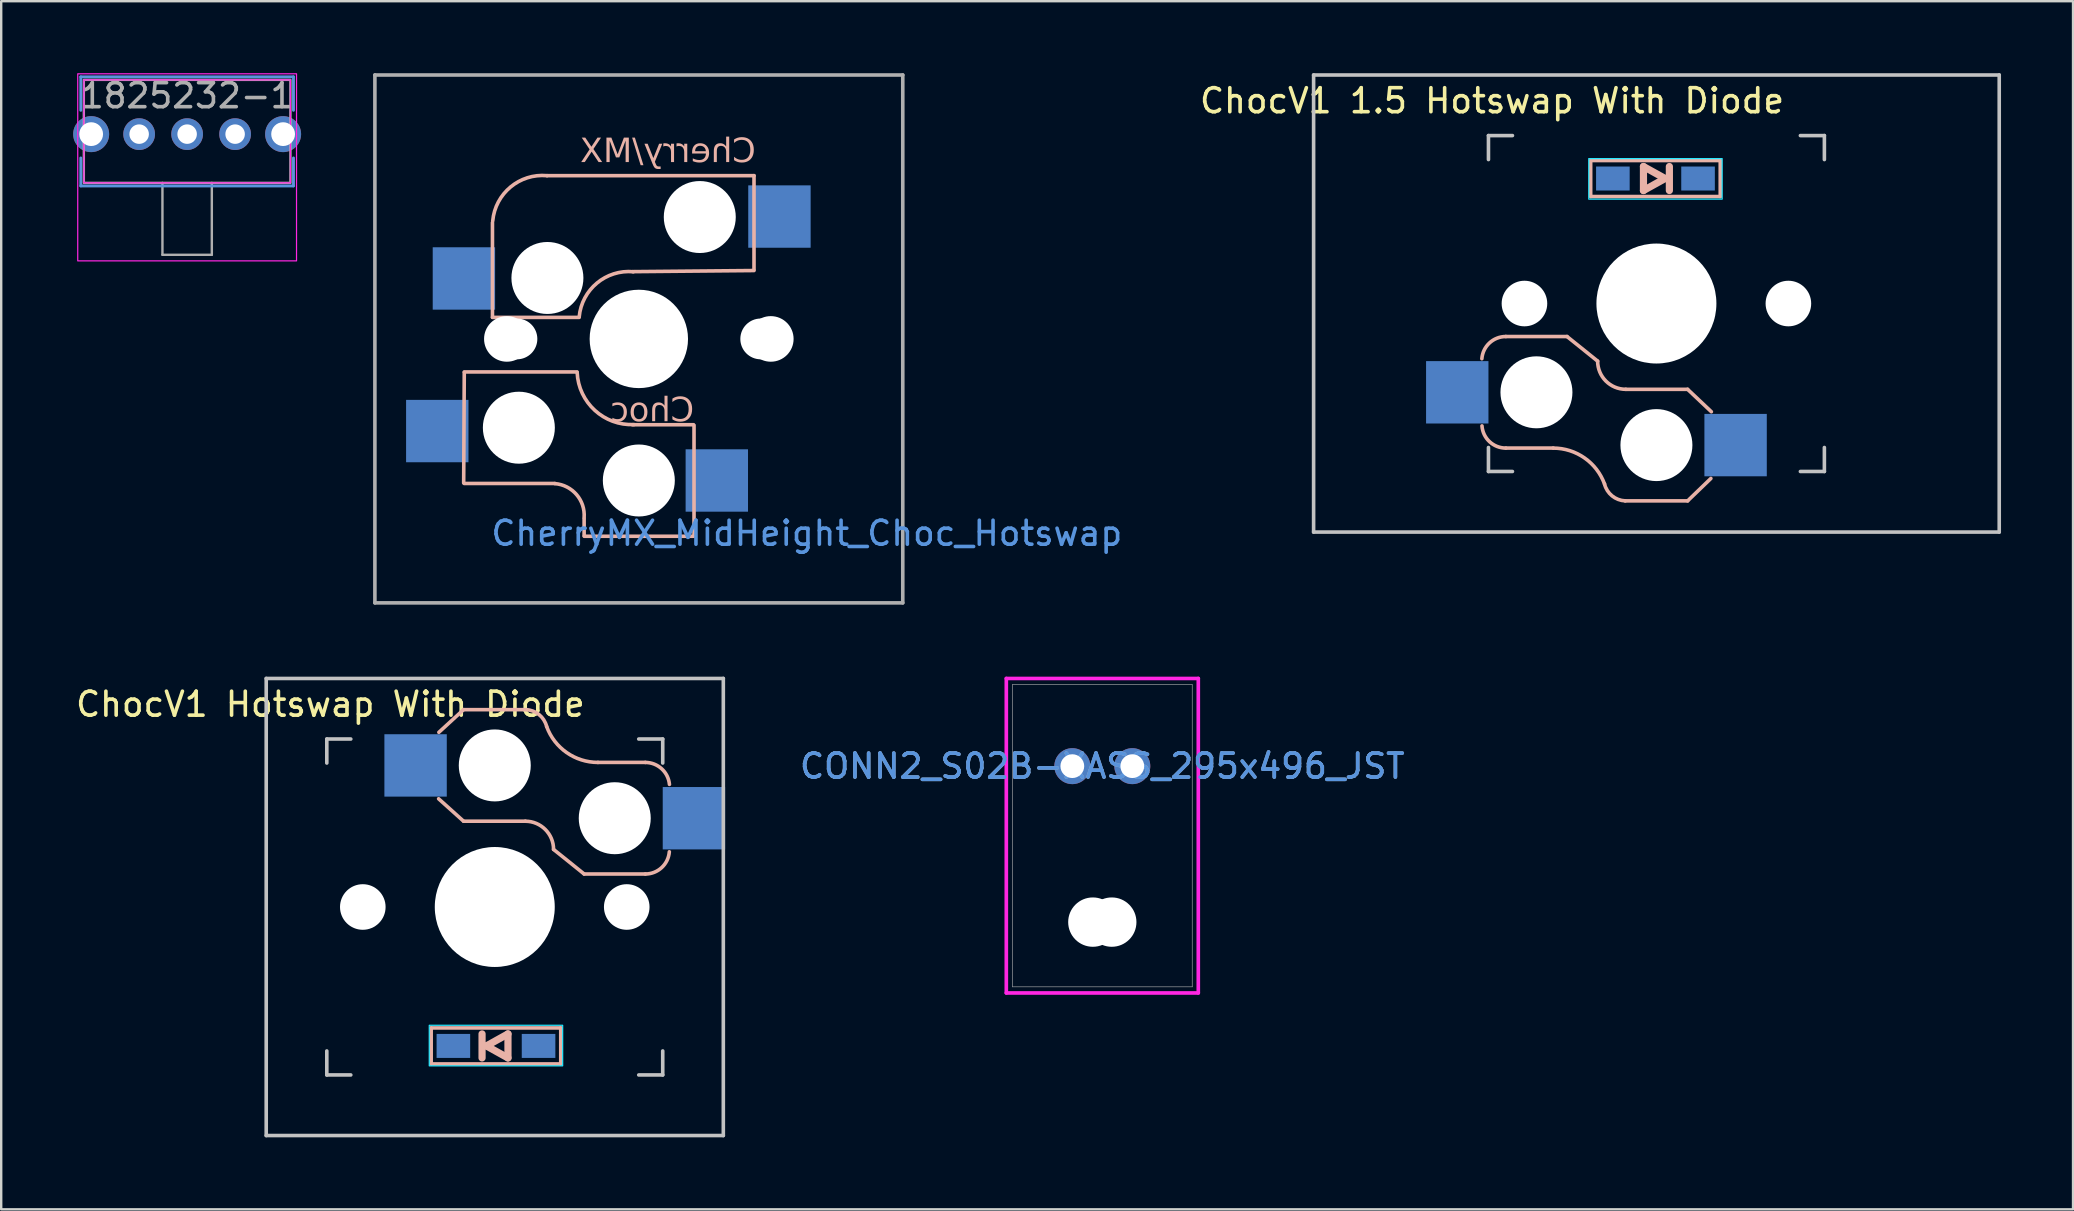
<source format=kicad_pcb>
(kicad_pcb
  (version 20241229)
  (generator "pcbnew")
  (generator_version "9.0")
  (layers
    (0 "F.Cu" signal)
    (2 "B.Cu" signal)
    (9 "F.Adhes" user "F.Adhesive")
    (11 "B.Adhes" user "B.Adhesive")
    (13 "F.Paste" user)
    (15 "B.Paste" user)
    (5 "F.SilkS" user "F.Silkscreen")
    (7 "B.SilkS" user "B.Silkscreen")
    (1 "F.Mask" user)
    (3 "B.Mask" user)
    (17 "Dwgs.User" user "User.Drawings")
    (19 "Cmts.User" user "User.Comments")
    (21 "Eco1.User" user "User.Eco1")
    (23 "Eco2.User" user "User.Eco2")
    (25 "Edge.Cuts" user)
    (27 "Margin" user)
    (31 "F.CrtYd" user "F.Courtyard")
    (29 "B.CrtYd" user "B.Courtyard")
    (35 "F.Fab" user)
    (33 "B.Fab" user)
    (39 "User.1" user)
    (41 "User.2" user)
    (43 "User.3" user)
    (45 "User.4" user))
  (footprint "ChocV1 Hotswap With Diode"
    (layer "F.Cu")
    (at 17.57 34.75)
    (property "Reference" "ChocV1 Hotswap With Diode" (at -6.85 -8.45 0) (layer "F.SilkS") (effects (font (size 1 1) (thickness 0.15))))
    (attr smd)
    (fp_line (start -2.65 5.04) (end -2.65 6.54) (stroke (width 0.15) (type solid)) (layer "B.SilkS"))
    (fp_line (start -2.65 6.54) (end 2.75 6.54) (stroke (width 0.15) (type solid)) (layer "B.SilkS"))
    (fp_line (start -1.3 -8.225) (end -2.33 -7.28) (stroke (width 0.15) (type solid)) (layer "B.SilkS"))
    (fp_line (start -1.3 -8.225) (end 1.3 -8.225) (stroke (width 0.15) (type solid)) (layer "B.SilkS"))
    (fp_line (start -1.3 -3.575) (end -2.34 -4.51) (stroke (width 0.15) (type solid)) (layer "B.SilkS"))
    (fp_line (start -1.3 -3.575) (end 1.275 -3.575) (stroke (width 0.15) (type solid)) (layer "B.SilkS"))
    (fp_line (start -0.53 5.29) (end -0.53 6.29) (stroke (width 0.3) (type solid)) (layer "B.SilkS"))
    (fp_line (start -0.35 5.79) (end 0.55 5.29) (stroke (width 0.3) (type solid)) (layer "B.SilkS"))
    (fp_line (start 0.55 5.29) (end 0.55 6.29) (stroke (width 0.3) (type solid)) (layer "B.SilkS"))
    (fp_line (start 0.55 6.29) (end -0.35 5.79) (stroke (width 0.3) (type solid)) (layer "B.SilkS"))
    (fp_line (start 2.75 5.04) (end -2.65 5.04) (stroke (width 0.15) (type solid)) (layer "B.SilkS"))
    (fp_line (start 2.75 5.04) (end 2.75 6.54) (stroke (width 0.15) (type solid)) (layer "B.SilkS"))
    (fp_line (start 3.725 -1.375) (end 2.45 -2.4) (stroke (width 0.15) (type solid)) (layer "B.SilkS"))
    (fp_line (start 3.725 -1.375) (end 6.275 -1.375) (stroke (width 0.15) (type solid)) (layer "B.SilkS"))
    (fp_line (start 4.3 -6.025) (end 6.275 -6.025) (stroke (width 0.15) (type solid)) (layer "B.SilkS"))
    (fp_arc (start 1.275 -3.575) (mid 2.10585 -3.23085) (end 2.45 -2.4) (stroke (width 0.15) (type solid)) (layer "B.SilkS"))
    (fp_arc (start 1.300995 -8.223791) (mid 1.848286 -8.016021) (end 2.162199 -7.521904) (stroke (width 0.15) (type solid)) (layer "B.SilkS"))
    (fp_arc (start 4.3 -6.025) (mid 2.995114 -6.436429) (end 2.162199 -7.521904) (stroke (width 0.15) (type solid)) (layer "B.SilkS"))
    (fp_arc (start 6.275 -6.025) (mid 6.954318 -5.76171) (end 7.28 -5.11) (stroke (width 0.15) (type solid)) (layer "B.SilkS"))
    (fp_arc (start 7.275 -2.3) (mid 6.956107 -1.641709) (end 6.275 -1.375) (stroke (width 0.15) (type solid)) (layer "B.SilkS"))
    (fp_line (start -9.525 -9.525) (end 9.525 -9.525) (stroke (width 0.15) (type solid)) (layer "Dwgs.User"))
    (fp_line (start -9.525 9.525) (end -9.525 -9.525) (stroke (width 0.15) (type solid)) (layer "Dwgs.User"))
    (fp_line (start -7 -7) (end -7 -6) (stroke (width 0.15) (type solid)) (layer "Dwgs.User"))
    (fp_line (start -7 6) (end -7 7) (stroke (width 0.15) (type solid)) (layer "Dwgs.User"))
    (fp_line (start -7 7) (end -6 7) (stroke (width 0.15) (type solid)) (layer "Dwgs.User"))
    (fp_line (start -6 -7) (end -7 -7) (stroke (width 0.15) (type solid)) (layer "Dwgs.User"))
    (fp_line (start 6 -7) (end 7 -7) (stroke (width 0.15) (type solid)) (layer "Dwgs.User"))
    (fp_line (start 7 -7) (end 7 -6) (stroke (width 0.15) (type solid)) (layer "Dwgs.User"))
    (fp_line (start 7 6) (end 7 7) (stroke (width 0.15) (type solid)) (layer "Dwgs.User"))
    (fp_line (start 7 7) (end 6 7) (stroke (width 0.15) (type solid)) (layer "Dwgs.User"))
    (fp_line (start 9.525 -9.525) (end 9.525 9.525) (stroke (width 0.15) (type solid)) (layer "Dwgs.User"))
    (fp_line (start 9.525 9.525) (end -9.525 9.525) (stroke (width 0.15) (type solid)) (layer "Dwgs.User"))
    (fp_rect (start -2.73 4.93) (end 2.83 6.62) (stroke (width 0.05) (type solid)) (fill no) (layer "B.CrtYd"))
    (pad "" np_thru_hole circle (at -5.5 0 270) (size 1.9 1.9) (drill 1.9) (layers "*.Cu" "*.Mask"))
    (pad "" np_thru_hole circle (at 0 -5.9 270) (size 3 3) (drill 3) (layers "*.Cu" "*.Mask"))
    (pad "" np_thru_hole circle (at 0 0 270) (size 5 5) (drill 5) (layers "*.Cu" "*.Mask"))
    (pad "" np_thru_hole circle (at 5 -3.7 270) (size 3 3) (drill 3) (layers "*.Cu" "*.Mask"))
    (pad "" np_thru_hole circle (at 5.5 0 270) (size 1.9 1.9) (drill 1.9) (layers "*.Cu" "*.Mask"))
    (pad "1" smd rect (at -3.3 -5.9) (size 2.6 2.6) (layers "B.Cu" "B.Mask" "B.Paste"))
    (pad "2" smd rect (at 1.825 5.79 180) (size 1.4 1) (layers "B.Cu" "B.Mask" "B.Paste"))
    (pad "2" smd rect (at 8.3 -3.7) (size 2.6 2.6) (layers "B.Cu" "B.Mask" "B.Paste"))
    (pad "3" smd rect (at -1.725 5.79 180) (size 1.4 1) (layers "B.Cu" "B.Mask" "B.Paste")))
  (footprint "1825232-1"
    (layer "F.Cu")
    (at 2.749 2.54)
    (property "Reference" "1825232-1" (at 2 -1.6 0) (layer "F.Fab") (effects (font (size 1 1) (thickness 0.15))))
    (attr through_hole)
    (fp_line (start -2.432 -2.388) (end -2.432 -0.992) (stroke (width 0.12) (type solid)) (layer "Cmts.User"))
    (fp_line (start -2.432 0.992) (end -2.432 2.159) (stroke (width 0.12) (type solid)) (layer "Cmts.User"))
    (fp_line (start -2.432 2.159) (end 6.432 2.159) (stroke (width 0.12) (type solid)) (layer "Cmts.User"))
    (fp_line (start 6.432 -2.388) (end -2.432 -2.388) (stroke (width 0.12) (type solid)) (layer "Cmts.User"))
    (fp_line (start 6.432 -0.992) (end 6.432 -2.388) (stroke (width 0.12) (type solid)) (layer "Cmts.User"))
    (fp_line (start 6.432 2.159) (end 6.432 0.992) (stroke (width 0.12) (type solid)) (layer "Cmts.User"))
    (fp_rect (start -2.559 -2.515) (end 6.559 5.283) (stroke (width 0.05) (type solid)) (fill no) (layer "F.CrtYd"))
    (fp_rect (start -2.305 -2.261) (end 6.305 2.032) (stroke (width 0.05) (type solid)) (fill no) (layer "F.CrtYd"))
    (fp_line (start 0.971 2.032) (end 0.971 5.029) (stroke (width 0.1) (type solid)) (layer "F.Fab"))
    (fp_line (start 0.971 5.029) (end 3.029 5.029) (stroke (width 0.1) (type solid)) (layer "F.Fab"))
    (fp_line (start 3.029 2.032) (end 3.029 5.029) (stroke (width 0.1) (type solid)) (layer "F.Fab"))
    (fp_rect (start -2.305 -2.261) (end 6.305 2.032) (stroke (width 0.1) (type solid)) (fill no) (layer "F.Fab"))
    (pad "1" thru_hole circle (at -0.000001 0) (size 1.321 1.321) (drill 0.813) (layers "*.Cu" "B.Mask"))
    (pad "2" thru_hole circle (at 2 0) (size 1.321 1.321) (drill 0.813) (layers "*.Cu" "B.Mask"))
    (pad "3" thru_hole circle (at 4 0) (size 1.321 1.321) (drill 0.813) (layers "*.Cu" "B.Mask"))
    (pad "4" thru_hole circle (at -2 0) (size 1.499 1.499) (drill 0.991) (layers "*.Cu" "B.Mask"))
    (pad "5" thru_hole circle (at 6 0) (size 1.499 1.499) (drill 0.991) (layers "*.Cu" "B.Mask")))
  (footprint "CherryMX_MidHeight_Choc_Hotswap"
    (layer "F.Cu")
    (at 23.574 11.075)
    (property "Reference" "CherryMX_MidHeight_Choc_Hotswap" (at 7 8.1 0) (layer "Cmts.User") (effects (font (size 1 1) (thickness 0.15))))
    (attr smd)
    (fp_line (start -7.275 1.4) (end -7.3 6) (stroke (width 0.15) (type solid)) (layer "B.SilkS"))
    (fp_line (start -6.1 -4.85) (end -6.1 -0.905) (stroke (width 0.15) (type solid)) (layer "B.SilkS"))
    (fp_line (start -6.1 -0.896) (end -2.49 -0.896) (stroke (width 0.15) (type solid)) (layer "B.SilkS"))
    (fp_line (start -3.5 6.025) (end -7.275 6.025) (stroke (width 0.15) (type solid)) (layer "B.SilkS"))
    (fp_line (start -2.575 1.375) (end -7.275 1.375) (stroke (width 0.15) (type solid)) (layer "B.SilkS"))
    (fp_line (start -2.28 7.5) (end -2.28 8.2) (stroke (width 0.15) (type solid)) (layer "B.SilkS"))
    (fp_line (start 2.275 3.575) (end -0.275 3.575) (stroke (width 0.15) (type solid)) (layer "B.SilkS"))
    (fp_line (start 2.275 8.225) (end -2.275 8.225) (stroke (width 0.15) (type solid)) (layer "B.SilkS"))
    (fp_line (start 2.3 3.6) (end 2.3 8.2) (stroke (width 0.15) (type solid)) (layer "B.SilkS"))
    (fp_line (start 4.8 -6.804) (end -3.825 -6.804) (stroke (width 0.15) (type solid)) (layer "B.SilkS"))
    (fp_line (start 4.8 -2.896) (end 4.8 -6.804) (stroke (width 0.15) (type solid)) (layer "B.SilkS"))
    (fp_line (start 4.8 -2.85) (end -0.25 -2.804) (stroke (width 0.15) (type solid)) (layer "B.SilkS"))
    (fp_arc (start -6.089 -4.92) (mid -5.347189 -6.33089) (end -3.825 -6.804) (stroke (width 0.15) (type solid)) (layer "B.SilkS"))
    (fp_arc (start -3.5 6.03) (mid -2.595908 6.48733) (end -2.28 7.45) (stroke (width 0.15) (type solid)) (layer "B.SilkS"))
    (fp_arc (start -2.485 -0.92) (mid -1.744361 -2.328061) (end -0.225 -2.8) (stroke (width 0.15) (type solid)) (layer "B.SilkS"))
    (fp_arc (start -0.2 3.57) (mid -1.834422 2.975843) (end -2.57 1.4) (stroke (width 0.15) (type solid)) (layer "B.SilkS"))
    (fp_line (start -9 -9) (end 9 -9) (stroke (width 0.15) (type solid)) (layer "Eco2.User"))
    (fp_line (start -9 9) (end -9 -9) (stroke (width 0.15) (type solid)) (layer "Eco2.User"))
    (fp_line (start -7 -7) (end 7 -7) (stroke (width 0.15) (type solid)) (layer "Eco2.User"))
    (fp_line (start -7 7) (end -7 -7) (stroke (width 0.15) (type solid)) (layer "Eco2.User"))
    (fp_line (start 7 -7) (end 7 7) (stroke (width 0.15) (type solid)) (layer "Eco2.User"))
    (fp_line (start 7 7) (end -7 7) (stroke (width 0.15) (type solid)) (layer "Eco2.User"))
    (fp_line (start 9 -9) (end 9 9) (stroke (width 0.15) (type solid)) (layer "Eco2.User"))
    (fp_line (start 9 9) (end -9 9) (stroke (width 0.15) (type solid)) (layer "Eco2.User"))
    (fp_line (start -11 -11) (end -11 11) (stroke (width 0.15) (type solid)) (layer "F.Fab"))
    (fp_line (start -11 11) (end 11 11) (stroke (width 0.15) (type solid)) (layer "F.Fab"))
    (fp_line (start 11 -11) (end -11 -11) (stroke (width 0.15) (type solid)) (layer "F.Fab"))
    (fp_line (start 11 11) (end 11 -11) (stroke (width 0.15) (type solid)) (layer "F.Fab"))
    (fp_text user "Choc" (at 2.3 3.6 0) (unlocked yes) (layer "B.SilkS") (effects (font (face "Atkinson Hyperlegible") (size 1 1) (thickness 0.15)) (justify left bottom mirror)))
    (fp_text user "Cherry/MX" (at 4.87 -7.2 0) (unlocked yes) (layer "B.SilkS") (effects (font (face "Atkinson Hyperlegible") (size 1 1) (thickness 0.15)) (justify left bottom mirror)))
    (pad "" np_thru_hole circle (at -5.5 0 90) (size 1.9 1.9) (drill 1.9) (layers "*.Cu" "*.Mask"))
    (pad "" np_thru_hole circle (at -5.08 0) (size 1.7 1.7) (drill 1.7) (layers "*.Cu" "*.Mask"))
    (pad "" np_thru_hole circle (at -5 3.7 90) (size 3 3) (drill 3) (layers "*.Cu" "*.Mask"))
    (pad "" np_thru_hole circle (at -3.81 -2.54 180) (size 3 3) (drill 3) (layers "*.Cu" "*.Mask"))
    (pad "" np_thru_hole circle (at 0 0 90) (size 4.1 4.1) (drill 4.1) (layers "*.Cu" "*.Mask"))
    (pad "" np_thru_hole circle (at 0 5.9 90) (size 3 3) (drill 3) (layers "*.Cu" "*.Mask"))
    (pad "" np_thru_hole circle (at 2.54 -5.08 180) (size 3 3) (drill 3) (layers "*.Cu" "*.Mask"))
    (pad "" np_thru_hole circle (at 5.08 0) (size 1.7 1.7) (drill 1.7) (layers "*.Cu" "*.Mask"))
    (pad "" np_thru_hole circle (at 5.5 0 90) (size 1.9 1.9) (drill 1.9) (layers "*.Cu" "*.Mask"))
    (pad "1" smd rect (at -8.4 3.84 180) (size 2.6 2.6) (layers "B.Cu" "B.Mask" "B.Paste"))
    (pad "1" smd rect (at -7.29 -2.52 180) (size 2.6 2.6) (layers "B.Cu" "B.Mask" "B.Paste"))
    (pad "2" smd rect (at 3.25 5.9 180) (size 2.6 2.6) (layers "B.Cu" "B.Mask" "B.Paste"))
    (pad "2" smd rect (at 5.86 -5.1 180) (size 2.6 2.6) (layers "B.Cu" "B.Mask" "B.Paste")))
  (footprint "ChocV1 1.5 Hotswap With Diode"
    (layer "F.Cu")
    (at 65.983 9.6)
    (property "Reference" "ChocV1 1.5 Hotswap With Diode" (at -6.85 -8.45 0) (layer "F.SilkS") (effects (font (size 1 1) (thickness 0.15))))
    (attr smd)
    (fp_line (start -4.3 6.025) (end -6.275 6.025) (stroke (width 0.15) (type solid)) (layer "B.SilkS"))
    (fp_line (start -3.725 1.375) (end -6.275 1.375) (stroke (width 0.15) (type solid)) (layer "B.SilkS"))
    (fp_line (start -3.725 1.375) (end -2.45 2.4) (stroke (width 0.15) (type solid)) (layer "B.SilkS"))
    (fp_line (start -2.74 -4.46) (end -2.74 -5.96) (stroke (width 0.15) (type solid)) (layer "B.SilkS"))
    (fp_line (start -2.74 -4.46) (end 2.66 -4.46) (stroke (width 0.15) (type solid)) (layer "B.SilkS"))
    (fp_line (start -0.54 -5.71) (end 0.36 -5.21) (stroke (width 0.3) (type solid)) (layer "B.SilkS"))
    (fp_line (start -0.54 -4.71) (end -0.54 -5.71) (stroke (width 0.3) (type solid)) (layer "B.SilkS"))
    (fp_line (start 0.36 -5.21) (end -0.54 -4.71) (stroke (width 0.3) (type solid)) (layer "B.SilkS"))
    (fp_line (start 0.54 -4.71) (end 0.54 -5.71) (stroke (width 0.3) (type solid)) (layer "B.SilkS"))
    (fp_line (start 1.3 3.575) (end -1.275 3.575) (stroke (width 0.15) (type solid)) (layer "B.SilkS"))
    (fp_line (start 1.3 3.575) (end 2.29 4.51) (stroke (width 0.15) (type solid)) (layer "B.SilkS"))
    (fp_line (start 1.3 8.225) (end -1.3 8.225) (stroke (width 0.15) (type solid)) (layer "B.SilkS"))
    (fp_line (start 1.3 8.225) (end 2.27 7.29) (stroke (width 0.15) (type solid)) (layer "B.SilkS"))
    (fp_line (start 2.66 -5.96) (end -2.74 -5.96) (stroke (width 0.15) (type solid)) (layer "B.SilkS"))
    (fp_line (start 2.66 -4.46) (end 2.66 -5.96) (stroke (width 0.15) (type solid)) (layer "B.SilkS"))
    (fp_arc (start -7.275 2.3) (mid -6.956107 1.641709) (end -6.275 1.375) (stroke (width 0.15) (type solid)) (layer "B.SilkS"))
    (fp_arc (start -6.275 6.025) (mid -6.954273 5.758029) (end -7.27 5.1) (stroke (width 0.15) (type solid)) (layer "B.SilkS"))
    (fp_arc (start -4.3 6.025) (mid -2.995114 6.436429) (end -2.162199 7.521904) (stroke (width 0.15) (type solid)) (layer "B.SilkS"))
    (fp_arc (start -1.300995 8.223791) (mid -1.848284 8.01602) (end -2.162199 7.521904) (stroke (width 0.15) (type solid)) (layer "B.SilkS"))
    (fp_arc (start -1.275 3.575) (mid -2.10585 3.23085) (end -2.45 2.4) (stroke (width 0.15) (type solid)) (layer "B.SilkS"))
    (fp_line (start -14.287 -9.525) (end 14.287 -9.525) (stroke (width 0.15) (type solid)) (layer "Dwgs.User"))
    (fp_line (start -14.287 9.525) (end -14.287 -9.525) (stroke (width 0.15) (type solid)) (layer "Dwgs.User"))
    (fp_line (start -7 -7) (end -6 -7) (stroke (width 0.15) (type solid)) (layer "Dwgs.User"))
    (fp_line (start -7 -6) (end -7 -7) (stroke (width 0.15) (type solid)) (layer "Dwgs.User"))
    (fp_line (start -7 7) (end -7 6) (stroke (width 0.15) (type solid)) (layer "Dwgs.User"))
    (fp_line (start -6 7) (end -7 7) (stroke (width 0.15) (type solid)) (layer "Dwgs.User"))
    (fp_line (start 6 7) (end 7 7) (stroke (width 0.15) (type solid)) (layer "Dwgs.User"))
    (fp_line (start 7 -7) (end 6 -7) (stroke (width 0.15) (type solid)) (layer "Dwgs.User"))
    (fp_line (start 7 -6) (end 7 -7) (stroke (width 0.15) (type solid)) (layer "Dwgs.User"))
    (fp_line (start 7 7) (end 7 6) (stroke (width 0.15) (type solid)) (layer "Dwgs.User"))
    (fp_line (start 14.287 -9.525) (end 14.287 9.525) (stroke (width 0.15) (type solid)) (layer "Dwgs.User"))
    (fp_line (start 14.287 9.525) (end -14.287 9.525) (stroke (width 0.15) (type solid)) (layer "Dwgs.User"))
    (fp_rect (start 2.74 -4.35) (end -2.82 -6.04) (stroke (width 0.05) (type solid)) (fill no) (layer "B.CrtYd"))
    (pad "" np_thru_hole circle (at -5.5 0 90) (size 1.9 1.9) (drill 1.9) (layers "*.Cu" "*.Mask"))
    (pad "" np_thru_hole circle (at -5 3.7 90) (size 3 3) (drill 3) (layers "*.Cu" "*.Mask"))
    (pad "" np_thru_hole circle (at 0 0 90) (size 5 5) (drill 5) (layers "*.Cu" "*.Mask"))
    (pad "" np_thru_hole circle (at 0 5.9 90) (size 3 3) (drill 3) (layers "*.Cu" "*.Mask"))
    (pad "" np_thru_hole circle (at 5.5 0 90) (size 1.9 1.9) (drill 1.9) (layers "*.Cu" "*.Mask"))
    (pad "1" smd rect (at 3.3 5.9 180) (size 2.6 2.6) (layers "B.Cu" "B.Mask" "B.Paste"))
    (pad "2" smd rect (at -8.3 3.7 180) (size 2.6 2.6) (layers "B.Cu" "B.Mask" "B.Paste"))
    (pad "2" smd rect (at -1.815 -5.21) (size 1.4 1) (layers "B.Cu" "B.Mask" "B.Paste"))
    (pad "3" smd rect (at 1.735 -5.21) (size 1.4 1) (layers "B.Cu" "B.Mask" "B.Paste")))
  (footprint "CONN2_S02B-XASS_295x496_JST"
    (layer "F.Cu")
    (at 41.64 28.88)
    (property "Reference" "CONN2_S02B-XASS_295x496_JST" (at 1.25 0 0) (unlocked yes) (layer "Cmts.User") (effects (font (size 1 1) (thickness 0.15))))
    (attr through_hole)
    (fp_line (start -2.751 -3.654) (end -2.751 9.452) (stroke (width 0.152) (type solid)) (layer "F.CrtYd"))
    (fp_line (start -2.751 9.452) (end 5.25 9.452) (stroke (width 0.152) (type solid)) (layer "F.CrtYd"))
    (fp_line (start 5.25 -3.654) (end -2.751 -3.654) (stroke (width 0.152) (type solid)) (layer "F.CrtYd"))
    (fp_line (start 5.25 9.452) (end 5.25 -3.654) (stroke (width 0.152) (type solid)) (layer "F.CrtYd"))
    (fp_line (start -2.497 -3.4) (end -2.497 9.198) (stroke (width 0.025) (type solid)) (layer "F.Fab"))
    (fp_line (start -2.497 9.198) (end 4.997 9.198) (stroke (width 0.025) (type solid)) (layer "F.Fab"))
    (fp_line (start 4.997 -3.4) (end -2.497 -3.4) (stroke (width 0.025) (type solid)) (layer "F.Fab"))
    (fp_line (start 4.997 9.198) (end 4.997 -3.4) (stroke (width 0.025) (type solid)) (layer "F.Fab"))
    (fp_text user "${REFERENCE}" (at 1.25 0 0) (unlocked yes) (layer "F.Fab") (effects (font (size 1 1) (thickness 0.15))))
    (pad "" np_thru_hole circle (at 0.856 6.5) (size 2.057 2.057) (drill 2.057) (layers "*.Cu" "*.Mask"))
    (pad "" np_thru_hole circle (at 1.644 6.5) (size 2.057 2.057) (drill 2.057) (layers "*.Cu" "*.Mask"))
    (pad "1" thru_hole circle (at 0 0) (size 1.499 1.499) (drill 0.991) (layers "*.Cu" "B.Mask"))
    (pad "2" thru_hole circle (at 2.5 0) (size 1.499 1.499) (drill 0.991) (layers "*.Cu" "B.Mask")))
  (gr_rect
    (start -3 -3)
    (end 83.346 47.35)
    (stroke (width 0.1) (type default))
    (fill no)
    (layer "Edge.Cuts")))
</source>
